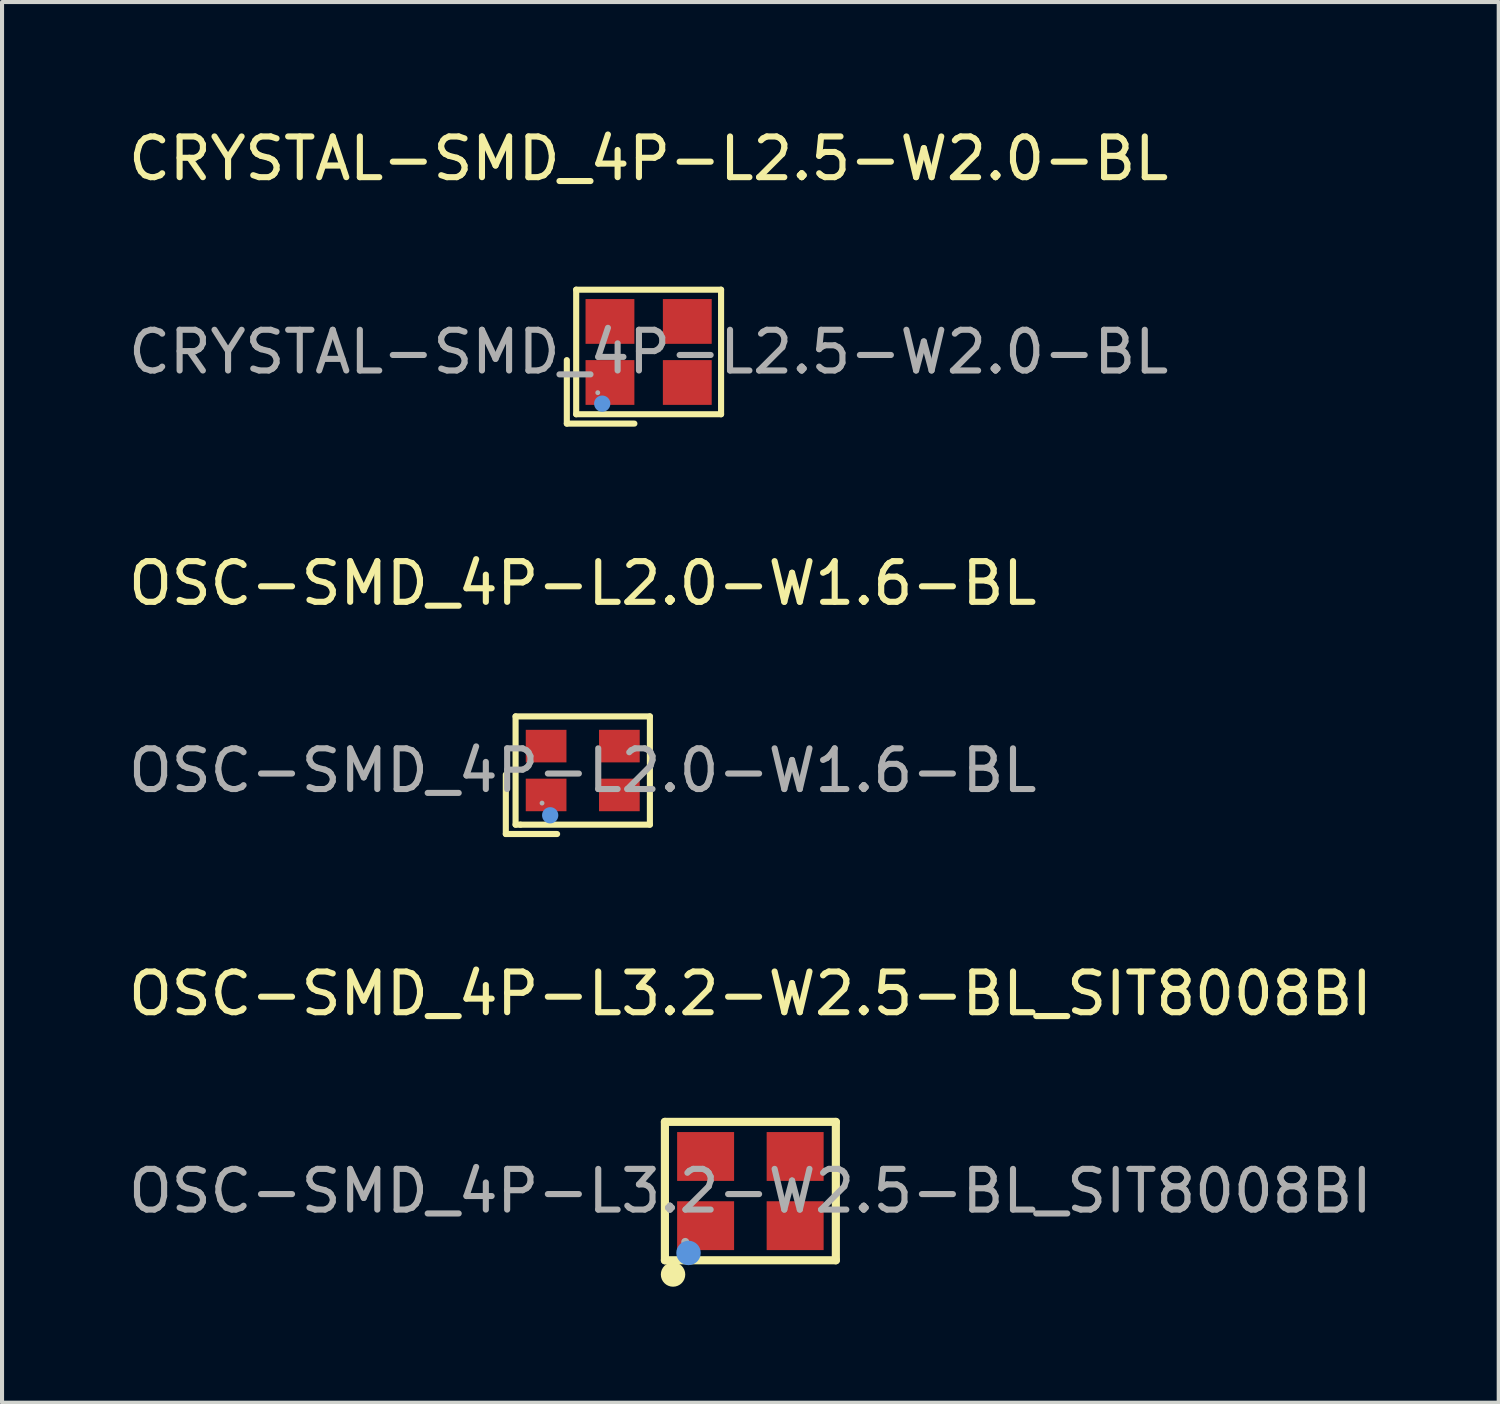
<source format=kicad_pcb>
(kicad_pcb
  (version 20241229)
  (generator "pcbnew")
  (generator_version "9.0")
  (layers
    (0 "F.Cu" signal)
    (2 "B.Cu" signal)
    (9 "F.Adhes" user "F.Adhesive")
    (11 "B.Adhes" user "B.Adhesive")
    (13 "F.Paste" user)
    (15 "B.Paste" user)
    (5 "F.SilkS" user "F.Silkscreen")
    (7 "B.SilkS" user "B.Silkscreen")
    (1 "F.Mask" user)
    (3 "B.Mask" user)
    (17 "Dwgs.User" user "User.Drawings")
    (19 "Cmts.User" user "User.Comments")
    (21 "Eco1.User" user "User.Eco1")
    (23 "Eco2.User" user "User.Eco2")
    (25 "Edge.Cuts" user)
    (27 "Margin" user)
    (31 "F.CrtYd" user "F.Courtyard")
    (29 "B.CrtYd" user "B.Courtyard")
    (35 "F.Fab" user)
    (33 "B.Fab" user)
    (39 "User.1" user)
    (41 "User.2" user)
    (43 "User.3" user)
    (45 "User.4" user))
  (footprint "OSC-SMD_4P-L2.0-W1.6-BL"
    (layer "F.Cu")
    (at 11.268 15.882)
    (property "Reference" "OSC-SMD_4P-L2.0-W1.6-BL" (at 0 -4.6 0) (layer "F.SilkS") (effects (font (size 1 1) (thickness 0.15))))
    (attr through_hole)
    (fp_line (start -1.89 0.1) (end -1.89 1.56) (stroke (width 0.15) (type solid)) (layer "F.SilkS"))
    (fp_line (start -1.89 1.56) (end -0.63 1.56) (stroke (width 0.15) (type solid)) (layer "F.SilkS"))
    (fp_line (start -1.65 -1.33) (end 1.65 -1.33) (stroke (width 0.15) (type solid)) (layer "F.SilkS"))
    (fp_line (start -1.65 1.33) (end -1.65 -1.33) (stroke (width 0.15) (type solid)) (layer "F.SilkS"))
    (fp_line (start -1.53 1.33) (end -1.65 1.33) (stroke (width 0.15) (type solid)) (layer "F.SilkS"))
    (fp_line (start 1.65 -1.33) (end 1.65 1.33) (stroke (width 0.15) (type solid)) (layer "F.SilkS"))
    (fp_line (start 1.65 1.33) (end -1.53 1.33) (stroke (width 0.15) (type solid)) (layer "F.SilkS"))
    (fp_circle (center -0.8 1.1) (end -0.7 1.1) (stroke (width 0.2) (type solid)) (fill no) (layer "Cmts.User"))
    (fp_circle (center -1 0.8) (end -0.97 0.8) (stroke (width 0.06) (type solid)) (fill no) (layer "F.Fab"))
    (fp_text user "${REFERENCE}" (at 0 0 0) (layer "F.Fab") (effects (font (size 1 1) (thickness 0.15))))
    (pad "1" smd rect (at -0.9 0.6 90) (size 0.8 1) (layers "F.Cu" "F.Mask" "F.Paste"))
    (pad "2" smd rect (at 0.9 0.6 90) (size 0.8 1) (layers "F.Cu" "F.Mask" "F.Paste"))
    (pad "3" smd rect (at 0.9 -0.6 90) (size 0.8 1) (layers "F.Cu" "F.Mask" "F.Paste"))
    (pad "4" smd rect (at -0.9 -0.6 90) (size 0.8 1) (layers "F.Cu" "F.Mask" "F.Paste")))
  (footprint "CRYSTAL-SMD_4P-L2.5-W2.0-BL"
    (layer "F.Cu")
    (at 12.887 5.598)
    (property "Reference" "CRYSTAL-SMD_4P-L2.5-W2.0-BL" (at 0 -4.75 0) (layer "F.SilkS") (effects (font (size 1 1) (thickness 0.15))))
    (attr through_hole)
    (fp_line (start -2.01 0.2) (end -2.01 1.76) (stroke (width 0.15) (type solid)) (layer "F.SilkS"))
    (fp_line (start -2.01 1.76) (end -0.35 1.76) (stroke (width 0.15) (type solid)) (layer "F.SilkS"))
    (fp_line (start -1.78 -1.53) (end 1.78 -1.53) (stroke (width 0.15) (type solid)) (layer "F.SilkS"))
    (fp_line (start -1.78 1.53) (end -1.78 -1.53) (stroke (width 0.15) (type solid)) (layer "F.SilkS"))
    (fp_line (start 1.78 -1.53) (end 1.78 1.53) (stroke (width 0.15) (type solid)) (layer "F.SilkS"))
    (fp_line (start 1.78 1.53) (end -1.78 1.53) (stroke (width 0.15) (type solid)) (layer "F.SilkS"))
    (fp_circle (center -1.14 1.27) (end -1.04 1.27) (stroke (width 0.2) (type solid)) (fill no) (layer "Cmts.User"))
    (fp_circle (center -1.25 1) (end -1.22 1) (stroke (width 0.06) (type solid)) (fill no) (layer "F.Fab"))
    (fp_text user "${REFERENCE}" (at 0 0 0) (layer "F.Fab") (effects (font (size 1 1) (thickness 0.15))))
    (pad "1" smd rect (at -0.95 0.75) (size 1.2 1.1) (layers "F.Cu" "F.Mask" "F.Paste"))
    (pad "2" smd rect (at 0.95 0.75) (size 1.2 1.1) (layers "F.Cu" "F.Mask" "F.Paste"))
    (pad "3" smd rect (at 0.95 -0.75) (size 1.2 1.1) (layers "F.Cu" "F.Mask" "F.Paste"))
    (pad "4" smd rect (at -0.95 -0.75) (size 1.2 1.1) (layers "F.Cu" "F.Mask" "F.Paste")))
  (footprint "OSC-SMD_4P-L3.2-W2.5-BL_SIT8008BI"
    (layer "F.Cu")
    (at 15.387 26.215)
    (property "Reference" "OSC-SMD_4P-L3.2-W2.5-BL_SIT8008BI" (at 0 -4.85 0) (layer "F.SilkS") (effects (font (size 1 1) (thickness 0.15))))
    (attr through_hole)
    (fp_line (start -2.1 -1.7) (end -2.1 1.7) (stroke (width 0.2) (type solid)) (layer "F.SilkS"))
    (fp_line (start -2.1 1.7) (end 2.1 1.7) (stroke (width 0.2) (type solid)) (layer "F.SilkS"))
    (fp_line (start 2.1 -1.7) (end -2.1 -1.7) (stroke (width 0.2) (type solid)) (layer "F.SilkS"))
    (fp_line (start 2.1 1.7) (end 2.1 -1.7) (stroke (width 0.2) (type solid)) (layer "F.SilkS"))
    (fp_arc (start -1.9 2.05) (mid -1.9 2.05) (end -1.9 2.05) (stroke (width 0.3) (type solid)) (layer "F.SilkS"))
    (fp_circle (center -1.52 1.52) (end -1.37 1.52) (stroke (width 0.3) (type solid)) (fill no) (layer "Cmts.User"))
    (fp_circle (center -1.6 1.25) (end -1.55 1.25) (stroke (width 0.1) (type solid)) (fill no) (layer "F.Fab"))
    (fp_text user "${REFERENCE}" (at 0 0 0) (layer "F.Fab") (effects (font (size 1 1) (thickness 0.15))))
    (pad "1" smd rect (at -1.1 0.85) (size 1.4 1.2) (layers "F.Cu" "F.Mask" "F.Paste"))
    (pad "2" smd rect (at 1.1 0.85) (size 1.4 1.2) (layers "F.Cu" "F.Mask" "F.Paste"))
    (pad "3" smd rect (at 1.1 -0.85) (size 1.4 1.2) (layers "F.Cu" "F.Mask" "F.Paste"))
    (pad "4" smd rect (at -1.1 -0.85) (size 1.4 1.2) (layers "F.Cu" "F.Mask" "F.Paste")))
  (gr_rect
    (start -3 -3)
    (end 33.774 31.415)
    (stroke (width 0.1) (type default))
    (fill no)
    (layer "Edge.Cuts")))
</source>
